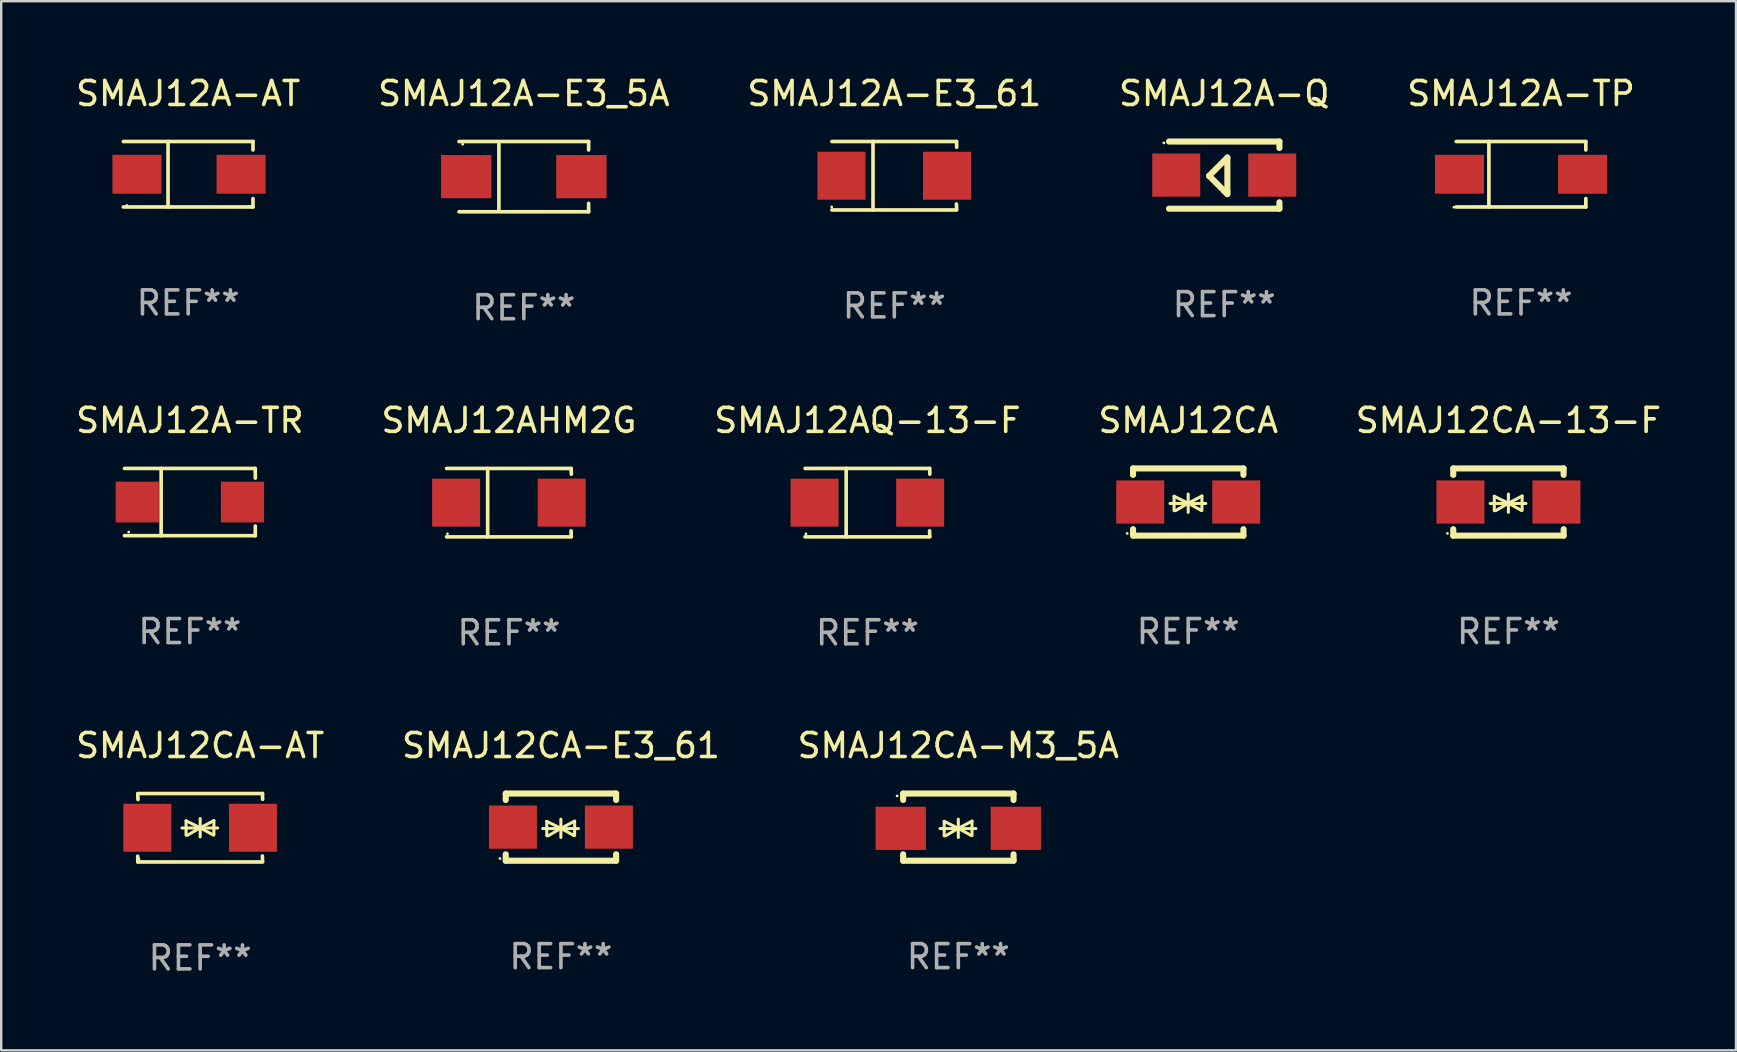
<source format=kicad_pcb>
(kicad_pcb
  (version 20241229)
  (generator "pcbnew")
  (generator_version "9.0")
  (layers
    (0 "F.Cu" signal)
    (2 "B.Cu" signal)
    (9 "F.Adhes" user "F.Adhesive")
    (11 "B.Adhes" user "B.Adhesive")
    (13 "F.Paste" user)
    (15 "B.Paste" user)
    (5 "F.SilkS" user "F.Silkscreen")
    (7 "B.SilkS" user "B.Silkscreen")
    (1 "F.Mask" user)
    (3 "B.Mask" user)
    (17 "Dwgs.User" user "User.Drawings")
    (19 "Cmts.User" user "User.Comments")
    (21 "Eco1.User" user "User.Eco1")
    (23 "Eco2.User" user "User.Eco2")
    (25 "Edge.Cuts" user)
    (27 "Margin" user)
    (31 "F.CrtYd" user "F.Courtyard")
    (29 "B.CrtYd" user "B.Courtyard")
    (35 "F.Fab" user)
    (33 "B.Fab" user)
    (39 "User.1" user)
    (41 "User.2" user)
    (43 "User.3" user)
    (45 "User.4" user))
  (footprint "SMAJ12CA"
    (layer "F.Cu")
    (at 46.47 17.872)
    (property "Reference" "SMAJ12CA" (at 0 -3.4 0) (layer "F.SilkS") (effects (font (size 1 1) (thickness 0.15))))
    (attr through_hole)
    (fp_line (start -2.3 -1.4) (end -2.3 -1.131) (stroke (width 0.254) (type solid)) (layer "F.SilkS"))
    (fp_line (start -2.3 -1.4) (end 2.3 -1.4) (stroke (width 0.254) (type solid)) (layer "F.SilkS"))
    (fp_line (start -2.3 1.131) (end -2.3 1.4) (stroke (width 0.254) (type solid)) (layer "F.SilkS"))
    (fp_line (start -2.3 1.4) (end 2.3 1.4) (stroke (width 0.254) (type solid)) (layer "F.SilkS"))
    (fp_line (start -0.76 0.06) (end 0.73 0.06) (stroke (width 0.127) (type solid)) (layer "F.SilkS"))
    (fp_line (start -0.59 -0.24) (end -0.59 0.36) (stroke (width 0.127) (type solid)) (layer "F.SilkS"))
    (fp_line (start -0.59 -0.24) (end -0.002 0.049) (stroke (width 0.127) (type solid)) (layer "F.SilkS"))
    (fp_line (start -0.53 0.36) (end -0.002 0.049) (stroke (width 0.127) (type solid)) (layer "F.SilkS"))
    (fp_line (start -0.002 0.049) (end -0.002 -0.332) (stroke (width 0.127) (type solid)) (layer "F.SilkS"))
    (fp_line (start -0.002 0.049) (end -0.002 0.43) (stroke (width 0.127) (type solid)) (layer "F.SilkS"))
    (fp_line (start 0.54 0.35) (end -0.002 0.049) (stroke (width 0.127) (type solid)) (layer "F.SilkS"))
    (fp_line (start 0.57 -0.25) (end -0.002 0.049) (stroke (width 0.127) (type solid)) (layer "F.SilkS"))
    (fp_line (start 0.57 -0.25) (end 0.57 0.35) (stroke (width 0.127) (type solid)) (layer "F.SilkS"))
    (fp_line (start 2.3 -1.4) (end 2.3 -1.131) (stroke (width 0.254) (type solid)) (layer "F.SilkS"))
    (fp_line (start 2.3 1.131) (end 2.3 1.4) (stroke (width 0.254) (type solid)) (layer "F.SilkS"))
    (fp_circle (center -2.542 1.308) (end -2.512 1.308) (stroke (width 0.06) (type solid)) (fill no) (layer "F.SilkS"))
    (fp_text user "REF**" (at 0 5.4 0) (layer "F.Fab") (effects (font (size 1 1) (thickness 0.15))))
    (pad "1" smd rect (at -2 0) (size 2 1.8) (layers "F.Cu" "F.Mask" "F.Paste"))
    (pad "2" smd rect (at 2 0) (size 2 1.8) (layers "F.Cu" "F.Mask" "F.Paste")))
  (footprint "SMAJ12AQ-13-F"
    (layer "F.Cu")
    (at 33.101 17.898)
    (property "Reference" "SMAJ12AQ-13-F" (at 0 -3.426 0) (layer "F.SilkS") (effects (font (size 1 1) (thickness 0.15))))
    (attr through_hole)
    (fp_line (start -2.6 -1.426) (end 2.593 -1.426) (stroke (width 0.152) (type solid)) (layer "F.SilkS"))
    (fp_line (start -2.6 1.426) (end 2.593 1.426) (stroke (width 0.152) (type solid)) (layer "F.SilkS"))
    (fp_line (start -0.887 -1.426) (end -0.887 1.426) (stroke (width 0.152) (type solid)) (layer "F.SilkS"))
    (fp_line (start 2.59 1.176) (end 2.597 1.415) (stroke (width 0.152) (type solid)) (layer "F.SilkS"))
    (fp_line (start 2.593 -1.426) (end 2.6 -1.187) (stroke (width 0.152) (type solid)) (layer "F.SilkS"))
    (fp_circle (center -2.563 1.3) (end -2.533 1.3) (stroke (width 0.06) (type solid)) (fill no) (layer "F.SilkS"))
    (fp_text user "REF**" (at 0 5.426 0) (layer "F.Fab") (effects (font (size 1 1) (thickness 0.15))))
    (pad "1" smd rect (at -2.203 -0.000025 180) (size 2 2) (layers "F.Cu" "F.Mask" "F.Paste"))
    (pad "2" smd rect (at 2.197 -0.000025 180) (size 2 2) (layers "F.Cu" "F.Mask" "F.Paste")))
  (footprint "SMAJ12AHM2G"
    (layer "F.Cu")
    (at 18.161 17.898)
    (property "Reference" "SMAJ12AHM2G" (at 0 -3.426 0) (layer "F.SilkS") (effects (font (size 1 1) (thickness 0.15))))
    (attr through_hole)
    (fp_line (start -2.6 -1.426) (end 2.593 -1.426) (stroke (width 0.152) (type solid)) (layer "F.SilkS"))
    (fp_line (start -2.6 1.426) (end 2.593 1.426) (stroke (width 0.152) (type solid)) (layer "F.SilkS"))
    (fp_line (start -0.887 -1.426) (end -0.887 1.426) (stroke (width 0.152) (type solid)) (layer "F.SilkS"))
    (fp_line (start 2.59 1.176) (end 2.597 1.415) (stroke (width 0.152) (type solid)) (layer "F.SilkS"))
    (fp_line (start 2.593 -1.426) (end 2.6 -1.187) (stroke (width 0.152) (type solid)) (layer "F.SilkS"))
    (fp_circle (center -2.563 1.3) (end -2.533 1.3) (stroke (width 0.06) (type solid)) (fill no) (layer "F.SilkS"))
    (fp_text user "REF**" (at 0 5.426 0) (layer "F.Fab") (effects (font (size 1 1) (thickness 0.15))))
    (pad "1" smd rect (at -2.203 -0.000025 180) (size 2 2) (layers "F.Cu" "F.Mask" "F.Paste"))
    (pad "2" smd rect (at 2.197 -0.000025 180) (size 2 2) (layers "F.Cu" "F.Mask" "F.Paste")))
  (footprint "SMAJ12CA-E3_61"
    (layer "F.Cu")
    (at 20.327 31.421)
    (property "Reference" "SMAJ12CA-E3_61" (at 0 -3.4 0) (layer "F.SilkS") (effects (font (size 1 1) (thickness 0.15))))
    (attr through_hole)
    (fp_line (start -2.3 -1.4) (end -2.3 -1.131) (stroke (width 0.254) (type solid)) (layer "F.SilkS"))
    (fp_line (start -2.3 -1.4) (end 2.3 -1.4) (stroke (width 0.254) (type solid)) (layer "F.SilkS"))
    (fp_line (start -2.3 1.131) (end -2.3 1.4) (stroke (width 0.254) (type solid)) (layer "F.SilkS"))
    (fp_line (start -2.3 1.4) (end 2.3 1.4) (stroke (width 0.254) (type solid)) (layer "F.SilkS"))
    (fp_line (start -0.76 0.06) (end 0.73 0.06) (stroke (width 0.127) (type solid)) (layer "F.SilkS"))
    (fp_line (start -0.59 -0.24) (end -0.59 0.36) (stroke (width 0.127) (type solid)) (layer "F.SilkS"))
    (fp_line (start -0.59 -0.24) (end -0.002 0.049) (stroke (width 0.127) (type solid)) (layer "F.SilkS"))
    (fp_line (start -0.53 0.36) (end -0.002 0.049) (stroke (width 0.127) (type solid)) (layer "F.SilkS"))
    (fp_line (start -0.002 0.049) (end -0.002 -0.332) (stroke (width 0.127) (type solid)) (layer "F.SilkS"))
    (fp_line (start -0.002 0.049) (end -0.002 0.43) (stroke (width 0.127) (type solid)) (layer "F.SilkS"))
    (fp_line (start 0.54 0.35) (end -0.002 0.049) (stroke (width 0.127) (type solid)) (layer "F.SilkS"))
    (fp_line (start 0.57 -0.25) (end -0.002 0.049) (stroke (width 0.127) (type solid)) (layer "F.SilkS"))
    (fp_line (start 0.57 -0.25) (end 0.57 0.35) (stroke (width 0.127) (type solid)) (layer "F.SilkS"))
    (fp_line (start 2.3 -1.4) (end 2.3 -1.131) (stroke (width 0.254) (type solid)) (layer "F.SilkS"))
    (fp_line (start 2.3 1.131) (end 2.3 1.4) (stroke (width 0.254) (type solid)) (layer "F.SilkS"))
    (fp_circle (center -2.542 1.308) (end -2.512 1.308) (stroke (width 0.06) (type solid)) (fill no) (layer "F.SilkS"))
    (fp_text user "REF**" (at 0 5.4 0) (layer "F.Fab") (effects (font (size 1 1) (thickness 0.15))))
    (pad "1" smd rect (at -2 0) (size 2 1.8) (layers "F.Cu" "F.Mask" "F.Paste"))
    (pad "2" smd rect (at 2 0) (size 2 1.8) (layers "F.Cu" "F.Mask" "F.Paste")))
  (footprint "SMAJ12A-TR"
    (layer "F.Cu")
    (at 4.863 17.873)
    (property "Reference" "SMAJ12A-TR" (at 0 -3.401 0) (layer "F.SilkS") (effects (font (size 1 1) (thickness 0.15))))
    (attr through_hole)
    (fp_line (start -2.726 -1.401) (end 2.726 -1.401) (stroke (width 0.152) (type solid)) (layer "F.SilkS"))
    (fp_line (start -2.726 1.401) (end 2.726 1.401) (stroke (width 0.152) (type solid)) (layer "F.SilkS"))
    (fp_line (start -1.197 -1.401) (end -1.197 1.401) (stroke (width 0.152) (type solid)) (layer "F.SilkS"))
    (fp_line (start 2.726 -1.401) (end 2.726 -1) (stroke (width 0.152) (type solid)) (layer "F.SilkS"))
    (fp_line (start 2.726 1.401) (end 2.726 1) (stroke (width 0.152) (type solid)) (layer "F.SilkS"))
    (fp_circle (center -2.55 1.25) (end -2.52 1.25) (stroke (width 0.06) (type solid)) (fill no) (layer "F.SilkS"))
    (fp_text user "REF**" (at 0 5.401 0) (layer "F.Fab") (effects (font (size 1 1) (thickness 0.15))))
    (pad "1" smd rect (at -2.192 0) (size 1.8 1.7) (layers "F.Cu" "F.Mask" "F.Paste"))
    (pad "2" smd rect (at 2.192 0) (size 1.8 1.7) (layers "F.Cu" "F.Mask" "F.Paste")))
  (footprint "SMAJ12CA-13-F"
    (layer "F.Cu")
    (at 59.815 17.872)
    (property "Reference" "SMAJ12CA-13-F" (at 0 -3.4 0) (layer "F.SilkS") (effects (font (size 1 1) (thickness 0.15))))
    (attr through_hole)
    (fp_line (start -2.3 -1.4) (end -2.3 -1.131) (stroke (width 0.254) (type solid)) (layer "F.SilkS"))
    (fp_line (start -2.3 -1.4) (end 2.3 -1.4) (stroke (width 0.254) (type solid)) (layer "F.SilkS"))
    (fp_line (start -2.3 1.131) (end -2.3 1.4) (stroke (width 0.254) (type solid)) (layer "F.SilkS"))
    (fp_line (start -2.3 1.4) (end 2.3 1.4) (stroke (width 0.254) (type solid)) (layer "F.SilkS"))
    (fp_line (start -0.76 0.06) (end 0.73 0.06) (stroke (width 0.127) (type solid)) (layer "F.SilkS"))
    (fp_line (start -0.59 -0.24) (end -0.59 0.36) (stroke (width 0.127) (type solid)) (layer "F.SilkS"))
    (fp_line (start -0.59 -0.24) (end -0.002 0.049) (stroke (width 0.127) (type solid)) (layer "F.SilkS"))
    (fp_line (start -0.53 0.36) (end -0.002 0.049) (stroke (width 0.127) (type solid)) (layer "F.SilkS"))
    (fp_line (start -0.002 0.049) (end -0.002 -0.332) (stroke (width 0.127) (type solid)) (layer "F.SilkS"))
    (fp_line (start -0.002 0.049) (end -0.002 0.43) (stroke (width 0.127) (type solid)) (layer "F.SilkS"))
    (fp_line (start 0.54 0.35) (end -0.002 0.049) (stroke (width 0.127) (type solid)) (layer "F.SilkS"))
    (fp_line (start 0.57 -0.25) (end -0.002 0.049) (stroke (width 0.127) (type solid)) (layer "F.SilkS"))
    (fp_line (start 0.57 -0.25) (end 0.57 0.35) (stroke (width 0.127) (type solid)) (layer "F.SilkS"))
    (fp_line (start 2.3 -1.4) (end 2.3 -1.131) (stroke (width 0.254) (type solid)) (layer "F.SilkS"))
    (fp_line (start 2.3 1.131) (end 2.3 1.4) (stroke (width 0.254) (type solid)) (layer "F.SilkS"))
    (fp_circle (center -2.542 1.308) (end -2.512 1.308) (stroke (width 0.06) (type solid)) (fill no) (layer "F.SilkS"))
    (fp_text user "REF**" (at 0 5.4 0) (layer "F.Fab") (effects (font (size 1 1) (thickness 0.15))))
    (pad "1" smd rect (at -2 0) (size 2 1.8) (layers "F.Cu" "F.Mask" "F.Paste"))
    (pad "2" smd rect (at 2 0) (size 2 1.8) (layers "F.Cu" "F.Mask" "F.Paste")))
  (footprint "SMAJ12A-TP"
    (layer "F.Cu")
    (at 60.339 4.212)
    (property "Reference" "SMAJ12A-TP" (at 0 -3.364 0) (layer "F.SilkS") (effects (font (size 1 1) (thickness 0.15))))
    (attr through_hole)
    (fp_line (start -2.701 -1.364) (end 2.701 -1.364) (stroke (width 0.152) (type solid)) (layer "F.SilkS"))
    (fp_line (start -2.701 1.364) (end 2.701 1.364) (stroke (width 0.152) (type solid)) (layer "F.SilkS"))
    (fp_line (start -1.339 -1.364) (end -1.339 1.364) (stroke (width 0.152) (type solid)) (layer "F.SilkS"))
    (fp_line (start 2.701 -1.364) (end 2.701 -1.013) (stroke (width 0.152) (type solid)) (layer "F.SilkS"))
    (fp_line (start 2.701 1.364) (end 2.701 1.013) (stroke (width 0.152) (type solid)) (layer "F.SilkS"))
    (fp_circle (center -2.8 1.375) (end -2.77 1.375) (stroke (width 0.06) (type solid)) (fill no) (layer "F.SilkS"))
    (fp_text user "REF**" (at 0 5.364 0) (layer "F.Fab") (effects (font (size 1 1) (thickness 0.15))))
    (pad "1" smd rect (at -2.565 -0.000025) (size 2.046 1.62) (layers "F.Cu" "F.Mask" "F.Paste"))
    (pad "2" smd rect (at 2.565 -0.000025) (size 2.046 1.62) (layers "F.Cu" "F.Mask" "F.Paste")))
  (footprint "SMAJ12A-E3_5A"
    (layer "F.Cu")
    (at 18.78 4.312)
    (property "Reference" "SMAJ12A-E3_5A" (at 0 -3.464 0) (layer "F.SilkS") (effects (font (size 1 1) (thickness 0.15))))
    (attr through_hole)
    (fp_line (start -2.701 -1.464) (end 2.701 -1.464) (stroke (width 0.152) (type solid)) (layer "F.SilkS"))
    (fp_line (start -2.701 1.464) (end 2.701 1.464) (stroke (width 0.152) (type solid)) (layer "F.SilkS"))
    (fp_line (start -1.039 -1.364) (end -1.039 1.364) (stroke (width 0.152) (type solid)) (layer "F.SilkS"))
    (fp_line (start 2.701 -1.464) (end 2.701 -1.113) (stroke (width 0.152) (type solid)) (layer "F.SilkS"))
    (fp_line (start 2.701 1.464) (end 2.701 1.113) (stroke (width 0.152) (type solid)) (layer "F.SilkS"))
    (fp_circle (center -2.55 -1.35) (end -2.52 -1.35) (stroke (width 0.06) (type solid)) (fill no) (layer "F.SilkS"))
    (fp_text user "REF**" (at 0 5.464 0) (layer "F.Fab") (effects (font (size 1 1) (thickness 0.15))))
    (pad "1" smd rect (at -2.4 0) (size 2.1 1.8) (layers "F.Cu" "F.Mask" "F.Paste"))
    (pad "2" smd rect (at 2.4 0) (size 2.1 1.8) (layers "F.Cu" "F.Mask" "F.Paste")))
  (footprint "SMAJ12A-E3_61"
    (layer "F.Cu")
    (at 34.22 4.274)
    (property "Reference" "SMAJ12A-E3_61" (at 0 -3.426 0) (layer "F.SilkS") (effects (font (size 1 1) (thickness 0.15))))
    (attr through_hole)
    (fp_line (start -2.6 -1.426) (end 2.593 -1.426) (stroke (width 0.152) (type solid)) (layer "F.SilkS"))
    (fp_line (start -2.6 1.426) (end 2.593 1.426) (stroke (width 0.152) (type solid)) (layer "F.SilkS"))
    (fp_line (start -0.887 -1.426) (end -0.887 1.426) (stroke (width 0.152) (type solid)) (layer "F.SilkS"))
    (fp_line (start 2.59 1.176) (end 2.597 1.415) (stroke (width 0.152) (type solid)) (layer "F.SilkS"))
    (fp_line (start 2.593 -1.426) (end 2.6 -1.187) (stroke (width 0.152) (type solid)) (layer "F.SilkS"))
    (fp_circle (center -2.608 1.3) (end -2.578 1.3) (stroke (width 0.06) (type solid)) (fill no) (layer "F.SilkS"))
    (fp_text user "REF**" (at 0 5.426 0) (layer "F.Fab") (effects (font (size 1 1) (thickness 0.15))))
    (pad "1" smd rect (at -2.203 0 180) (size 2 2) (layers "F.Cu" "F.Mask" "F.Paste"))
    (pad "2" smd rect (at 2.197 0 180) (size 2 2) (layers "F.Cu" "F.Mask" "F.Paste")))
  (footprint "SMAJ12A-Q"
    (layer "F.Cu")
    (at 47.97 4.248)
    (property "Reference" "SMAJ12A-Q" (at 0 -3.4 0) (layer "F.SilkS") (effects (font (size 1 1) (thickness 0.15))))
    (attr through_hole)
    (fp_line (start -2.3 -1.4) (end 2.3 -1.4) (stroke (width 0.254) (type solid)) (layer "F.SilkS"))
    (fp_line (start -2.3 1.4) (end 2.3 1.4) (stroke (width 0.254) (type solid)) (layer "F.SilkS"))
    (fp_line (start -0.631 0.03) (end 0.131 -0.732) (stroke (width 0.254) (type solid)) (layer "F.SilkS"))
    (fp_line (start 0.004 0.665) (end -0.631 0.03) (stroke (width 0.254) (type solid)) (layer "F.SilkS"))
    (fp_line (start 0.131 -0.732) (end 0.131 0.665) (stroke (width 0.254) (type solid)) (layer "F.SilkS"))
    (fp_line (start 0.131 0.665) (end 0.131 0.792) (stroke (width 0.254) (type solid)) (layer "F.SilkS"))
    (fp_line (start 0.131 0.792) (end 0.004 0.665) (stroke (width 0.254) (type solid)) (layer "F.SilkS"))
    (fp_line (start 2.3 -1.4) (end 2.3 -1.131) (stroke (width 0.254) (type solid)) (layer "F.SilkS"))
    (fp_line (start 2.3 1.131) (end 2.3 1.4) (stroke (width 0.254) (type solid)) (layer "F.SilkS"))
    (fp_circle (center -2.517 -1.342) (end -2.487 -1.342) (stroke (width 0.06) (type solid)) (fill no) (layer "F.SilkS"))
    (fp_text user "REF**" (at 0 5.4 0) (layer "F.Fab") (effects (font (size 1 1) (thickness 0.15))))
    (pad "1" smd rect (at -2 -0.000127) (size 2 1.8) (layers "F.Cu" "F.Mask" "F.Paste"))
    (pad "2" smd rect (at 2 -0.000127) (size 2 1.8) (layers "F.Cu" "F.Mask" "F.Paste")))
  (footprint "SMAJ12CA-M3_5A"
    (layer "F.Cu")
    (at 36.887 31.421)
    (property "Reference" "SMAJ12CA-M3_5A" (at 0 -3.4 0) (layer "F.SilkS") (effects (font (size 1 1) (thickness 0.15))))
    (attr through_hole)
    (fp_line (start -2.298 -1.4) (end -2.298 -1.131) (stroke (width 0.254) (type solid)) (layer "F.SilkS"))
    (fp_line (start -2.298 -1.4) (end 2.302 -1.4) (stroke (width 0.254) (type solid)) (layer "F.SilkS"))
    (fp_line (start -2.298 1.131) (end -2.298 1.4) (stroke (width 0.254) (type solid)) (layer "F.SilkS"))
    (fp_line (start -2.298 1.4) (end 2.302 1.4) (stroke (width 0.254) (type solid)) (layer "F.SilkS"))
    (fp_line (start -0.758 0.06) (end 0.732 0.06) (stroke (width 0.127) (type solid)) (layer "F.SilkS"))
    (fp_line (start -0.588 -0.24) (end -0.588 0.36) (stroke (width 0.127) (type solid)) (layer "F.SilkS"))
    (fp_line (start -0.588 -0.24) (end 0.000025 0.049) (stroke (width 0.127) (type solid)) (layer "F.SilkS"))
    (fp_line (start -0.528 0.36) (end 0.000025 0.049) (stroke (width 0.127) (type solid)) (layer "F.SilkS"))
    (fp_line (start 0.000025 0.049) (end 0.000025 -0.332) (stroke (width 0.127) (type solid)) (layer "F.SilkS"))
    (fp_line (start 0.000025 0.049) (end 0.000025 0.43) (stroke (width 0.127) (type solid)) (layer "F.SilkS"))
    (fp_line (start 0.542 0.35) (end 0.000025 0.049) (stroke (width 0.127) (type solid)) (layer "F.SilkS"))
    (fp_line (start 0.572 -0.25) (end 0.000025 0.049) (stroke (width 0.127) (type solid)) (layer "F.SilkS"))
    (fp_line (start 0.572 -0.25) (end 0.572 0.35) (stroke (width 0.127) (type solid)) (layer "F.SilkS"))
    (fp_line (start 2.302 -1.4) (end 2.302 -1.131) (stroke (width 0.254) (type solid)) (layer "F.SilkS"))
    (fp_line (start 2.302 1.131) (end 2.302 1.4) (stroke (width 0.254) (type solid)) (layer "F.SilkS"))
    (fp_circle (center -2.549 -1.301) (end -2.519 -1.301) (stroke (width 0.06) (type solid)) (fill no) (layer "F.SilkS"))
    (fp_text user "REF**" (at 0 5.4 0) (layer "F.Fab") (effects (font (size 1 1) (thickness 0.15))))
    (pad "1" smd rect (at -2.4 0.049) (size 2.1 1.8) (layers "F.Cu" "F.Mask" "F.Paste"))
    (pad "2" smd rect (at 2.4 0.049) (size 2.1 1.8) (layers "F.Cu" "F.Mask" "F.Paste")))
  (footprint "SMAJ12A-AT"
    (layer "F.Cu")
    (at 4.792 4.212)
    (property "Reference" "SMAJ12A-AT" (at 0 -3.364 0) (layer "F.SilkS") (effects (font (size 1 1) (thickness 0.15))))
    (attr through_hole)
    (fp_line (start -2.701 -1.364) (end 2.701 -1.364) (stroke (width 0.152) (type solid)) (layer "F.SilkS"))
    (fp_line (start -2.701 1.364) (end 2.701 1.364) (stroke (width 0.152) (type solid)) (layer "F.SilkS"))
    (fp_line (start -0.839 -1.364) (end -0.839 1.364) (stroke (width 0.152) (type solid)) (layer "F.SilkS"))
    (fp_line (start 2.701 -1.364) (end 2.701 -1.013) (stroke (width 0.152) (type solid)) (layer "F.SilkS"))
    (fp_line (start 2.701 1.364) (end 2.701 1.013) (stroke (width 0.152) (type solid)) (layer "F.SilkS"))
    (fp_circle (center -2.548 1.3) (end -2.518 1.3) (stroke (width 0.06) (type solid)) (fill no) (layer "F.SilkS"))
    (fp_text user "REF**" (at 0 5.364 0) (layer "F.Fab") (effects (font (size 1 1) (thickness 0.15))))
    (pad "1" smd rect (at -2.134 0.000025) (size 2.046 1.62) (layers "F.Cu" "F.Mask" "F.Paste"))
    (pad "2" smd rect (at 2.205 0.000025) (size 2.046 1.62) (layers "F.Cu" "F.Mask" "F.Paste")))
  (footprint "SMAJ12CA-AT"
    (layer "F.Cu")
    (at 5.292 31.447)
    (property "Reference" "SMAJ12CA-AT" (at 0 -3.426 0) (layer "F.SilkS") (effects (font (size 1 1) (thickness 0.15))))
    (attr through_hole)
    (fp_line (start -2.596 -1.426) (end 2.596 -1.426) (stroke (width 0.152) (type solid)) (layer "F.SilkS"))
    (fp_line (start -2.596 1.426) (end -2.603 1.187) (stroke (width 0.152) (type solid)) (layer "F.SilkS"))
    (fp_line (start -2.596 1.426) (end 2.596 1.426) (stroke (width 0.152) (type solid)) (layer "F.SilkS"))
    (fp_line (start -2.593 -1.176) (end -2.6 -1.415) (stroke (width 0.152) (type solid)) (layer "F.SilkS"))
    (fp_line (start -0.758 0.011) (end 0.732 0.011) (stroke (width 0.127) (type solid)) (layer "F.SilkS"))
    (fp_line (start -0.588 -0.289) (end -0.588 0.311) (stroke (width 0.127) (type solid)) (layer "F.SilkS"))
    (fp_line (start -0.588 -0.289) (end 0 0) (stroke (width 0.127) (type solid)) (layer "F.SilkS"))
    (fp_line (start -0.528 0.311) (end 0 0) (stroke (width 0.127) (type solid)) (layer "F.SilkS"))
    (fp_line (start 0 0) (end 0 -0.381) (stroke (width 0.127) (type solid)) (layer "F.SilkS"))
    (fp_line (start 0 0) (end 0 0.381) (stroke (width 0.127) (type solid)) (layer "F.SilkS"))
    (fp_line (start 0.542 0.301) (end 0 0) (stroke (width 0.127) (type solid)) (layer "F.SilkS"))
    (fp_line (start 0.572 -0.299) (end 0 0) (stroke (width 0.127) (type solid)) (layer "F.SilkS"))
    (fp_line (start 0.572 -0.299) (end 0.572 0.301) (stroke (width 0.127) (type solid)) (layer "F.SilkS"))
    (fp_line (start 2.593 1.176) (end 2.6 1.415) (stroke (width 0.152) (type solid)) (layer "F.SilkS"))
    (fp_line (start 2.596 -1.426) (end 2.603 -1.187) (stroke (width 0.152) (type solid)) (layer "F.SilkS"))
    (fp_circle (center -2.55 1.3) (end -2.52 1.3) (stroke (width 0.06) (type solid)) (fill no) (layer "F.SilkS"))
    (fp_text user "REF**" (at 0 5.426 0) (layer "F.Fab") (effects (font (size 1 1) (thickness 0.15))))
    (pad "1" smd rect (at -2.2 0 180) (size 2 2) (layers "F.Cu" "F.Mask" "F.Paste"))
    (pad "2" smd rect (at 2.2 0 180) (size 2 2) (layers "F.Cu" "F.Mask" "F.Paste")))
  (gr_rect
    (start -3 -3)
    (end 69.298 40.722)
    (stroke (width 0.1) (type default))
    (fill no)
    (layer "Edge.Cuts")))
</source>
